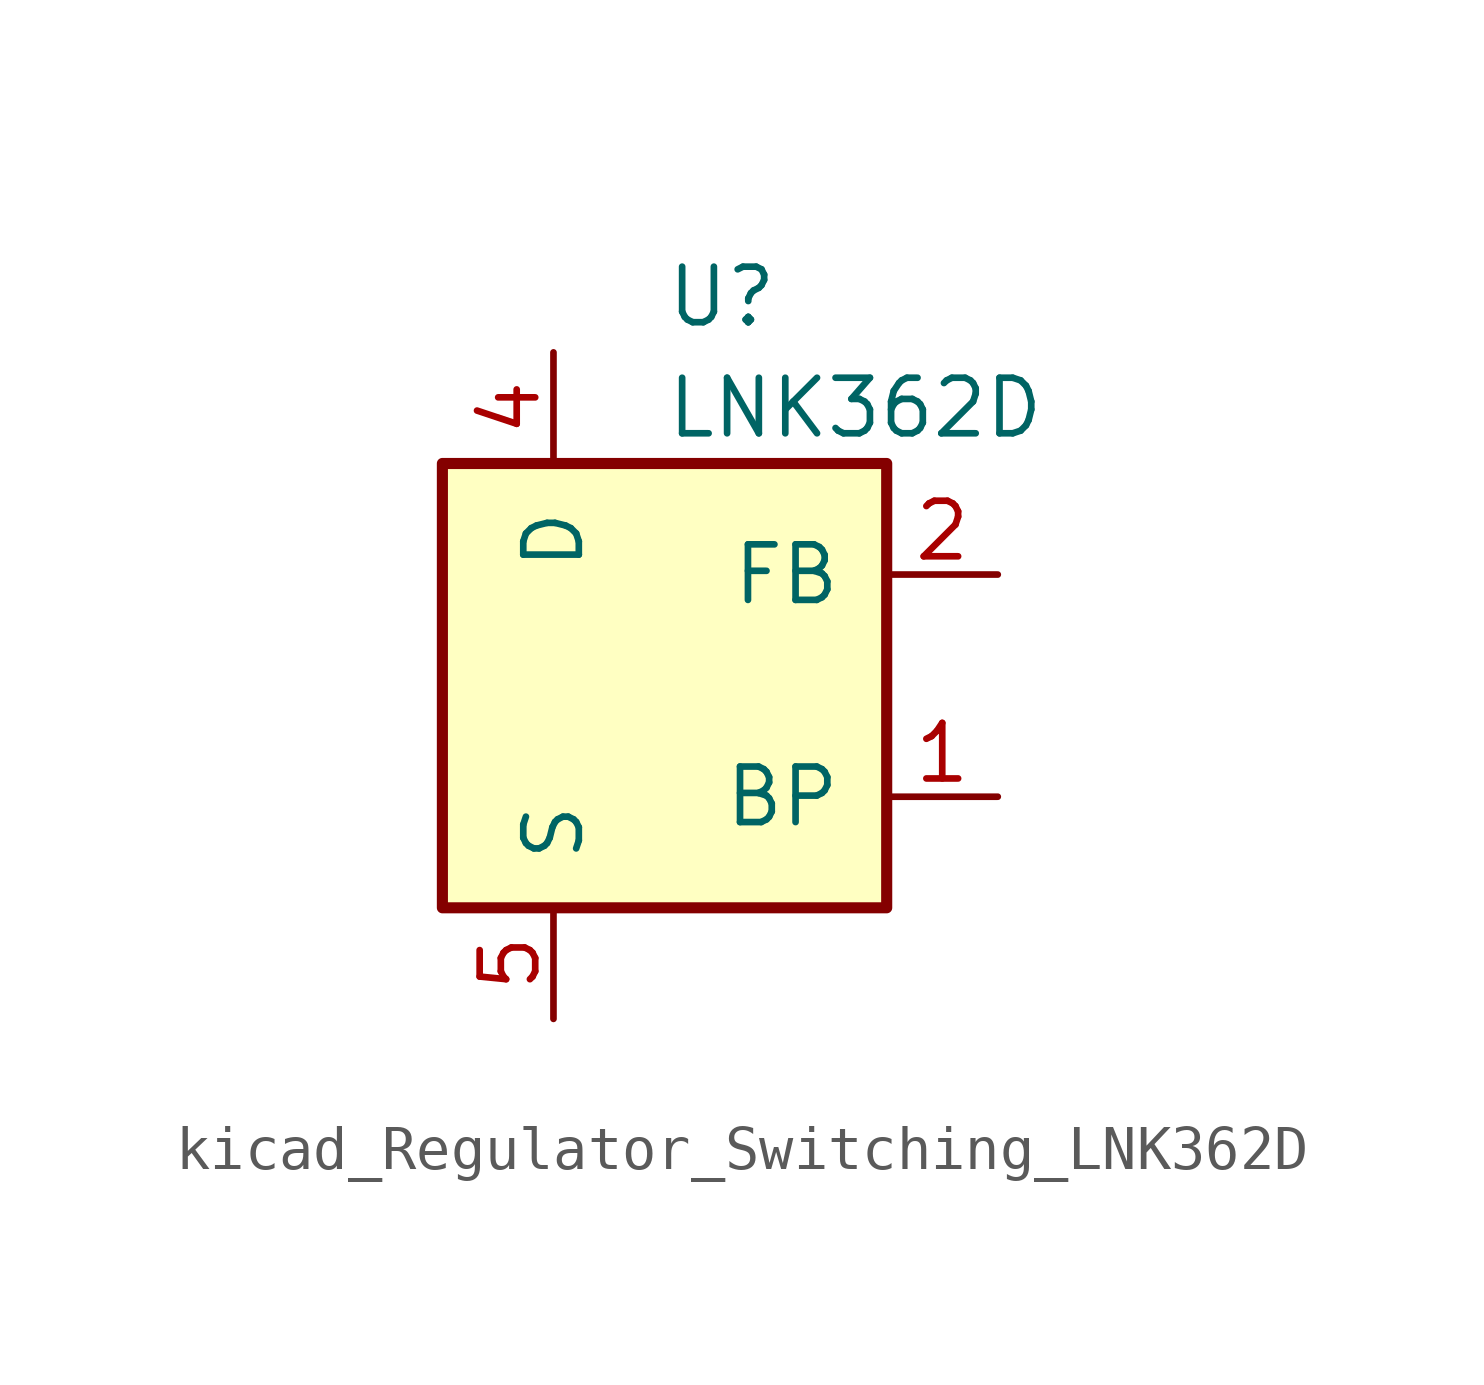
<source format=kicad_sym>
(kicad_symbol_lib
  (version 20220914)
  (generator kicad_symbol_editor)
  (symbol "kicad_Regulator_Switching_LNK362D"
    (pin_names
      (offset 1.016))
    (property "Reference" "U"
      (at 0 8.89 0)
      (effects (font (size 1.27 1.27)) (justify left)))
    (property "Value" "LNK362D"
      (at 0 6.35 0)
      (effects (font (size 1.27 1.27)) (justify left)))
    (symbol "kicad_Regulator_Switching_LNK362D_0_1"
      (rectangle (start -5.08 5.08) (end 5.08 -5.08) (stroke (width 0.254) (type default)) (fill (type background))))
    (symbol "kicad_Regulator_Switching_LNK362D_1_1"
      (pin input line (at 7.62 -2.54 180) (length 2.54) (name "BP" (effects (font (size 1.27 1.27)))) (number "1" (effects (font (size 1.27 1.27)))))
      (pin input line (at 7.62 2.54 180) (length 2.54) (name "FB" (effects (font (size 1.27 1.27)))) (number "2" (effects (font (size 1.27 1.27)))))
      (pin open_collector line (at -2.54 7.62 270) (length 2.54) (name "D" (effects (font (size 1.27 1.27)))) (number "4" (effects (font (size 1.27 1.27)))))
      (pin power_in line (at -2.54 -7.62 90) (length 2.54) (name "S" (effects (font (size 1.27 1.27)))) (number "5" (effects (font (size 1.27 1.27)))))
      (pin passive line (at -2.54 -7.62 90) (length 2.54) hide (name "S" (effects (font (size 1.27 1.27)))) (number "6" (effects (font (size 1.27 1.27)))))
      (pin passive line (at -2.54 -7.62 90) (length 2.54) hide (name "S" (effects (font (size 1.27 1.27)))) (number "7" (effects (font (size 1.27 1.27)))))
      (pin passive line (at -2.54 -7.62 90) (length 2.54) hide (name "S" (effects (font (size 1.27 1.27)))) (number "8" (effects (font (size 1.27 1.27))))))))
</source>
